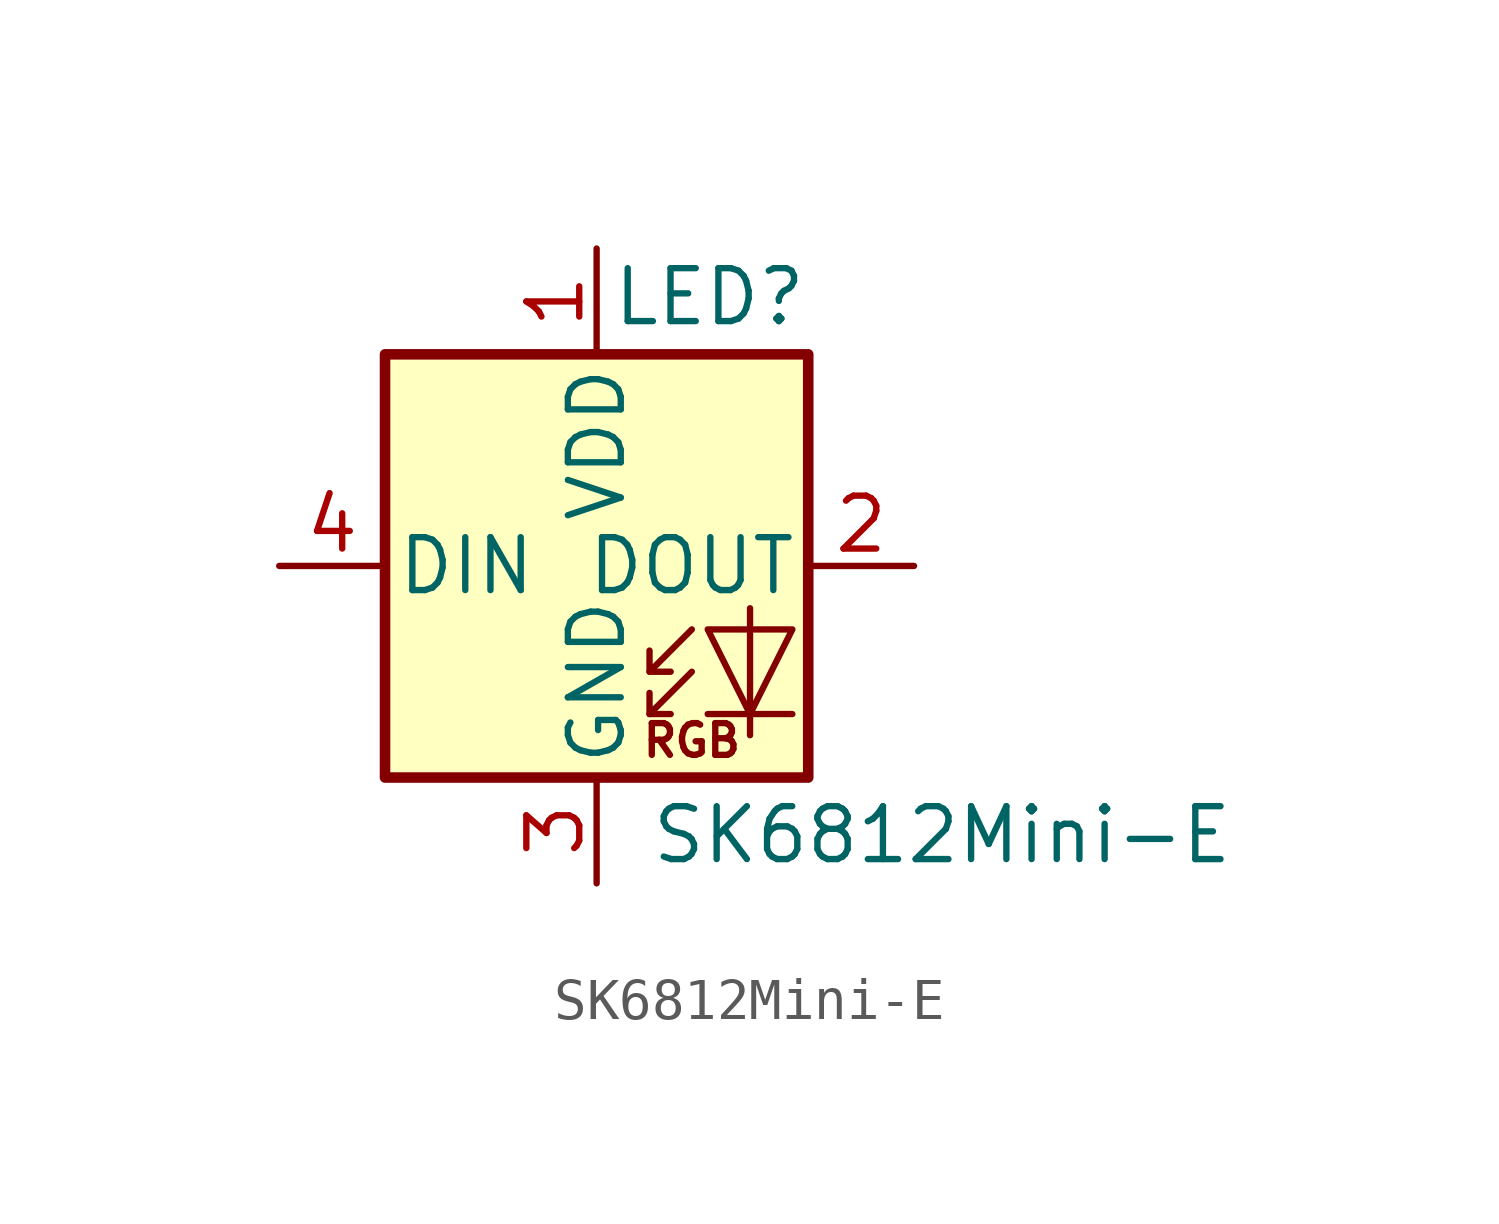
<source format=kicad_sym>
(kicad_symbol_lib
  (version 20211014)
  (generator kicad_symbol_editor)
  (symbol "SK6812Mini-E"
    (pin_names
      (offset 0.254))
    (property "Reference" "LED"
      (at 5.08 5.715 0)
      (effects (font (size 1.27 1.27)) (justify right bottom)))
    (property "Value" "SK6812Mini-E"
      (at 1.27 -5.715 0)
      (effects (font (size 1.27 1.27)) (justify left top)))
    (symbol "SK6812Mini-E_0_0"
      (text "RGB" (at 2.286 -4.191 0) (effects (font (size 0.762 0.762)))))
    (symbol "SK6812Mini-E_0_1"
      (polyline (pts (xy 1.27 -3.556) (xy 1.778 -3.556)) (stroke (width 0) (type default) (color 0 0 0 0)) (fill (type none)))
      (polyline (pts (xy 1.27 -2.54) (xy 1.778 -2.54)) (stroke (width 0) (type default) (color 0 0 0 0)) (fill (type none)))
      (polyline (pts (xy 4.699 -3.556) (xy 2.667 -3.556)) (stroke (width 0) (type default) (color 0 0 0 0)) (fill (type none)))
      (polyline (pts (xy 2.286 -2.54) (xy 1.27 -3.556) (xy 1.27 -3.048)) (stroke (width 0) (type default) (color 0 0 0 0)) (fill (type none)))
      (polyline (pts (xy 2.286 -1.524) (xy 1.27 -2.54) (xy 1.27 -2.032)) (stroke (width 0) (type default) (color 0 0 0 0)) (fill (type none)))
      (polyline (pts (xy 3.683 -1.016) (xy 3.683 -3.556) (xy 3.683 -4.064)) (stroke (width 0) (type default) (color 0 0 0 0)) (fill (type none)))
      (polyline (pts (xy 4.699 -1.524) (xy 2.667 -1.524) (xy 3.683 -3.556) (xy 4.699 -1.524)) (stroke (width 0) (type default) (color 0 0 0 0)) (fill (type none)))
      (rectangle (start 5.08 5.08) (end -5.08 -5.08) (stroke (width 0.254) (type default) (color 0 0 0 0)) (fill (type background))))
    (symbol "SK6812Mini-E_1_1"
      (pin power_in line (at 0 7.62 270) (length 2.54) (name "VDD" (effects (font (size 1.27 1.27)))) (number "1" (effects (font (size 1.27 1.27)))))
      (pin output line (at 7.62 0 180) (length 2.54) (name "DOUT" (effects (font (size 1.27 1.27)))) (number "2" (effects (font (size 1.27 1.27)))))
      (pin power_in line (at 0 -7.62 90) (length 2.54) (name "GND" (effects (font (size 1.27 1.27)))) (number "3" (effects (font (size 1.27 1.27)))))
      (pin input line (at -7.62 0 0) (length 2.54) (name "DIN" (effects (font (size 1.27 1.27)))) (number "4" (effects (font (size 1.27 1.27))))))))
</source>
